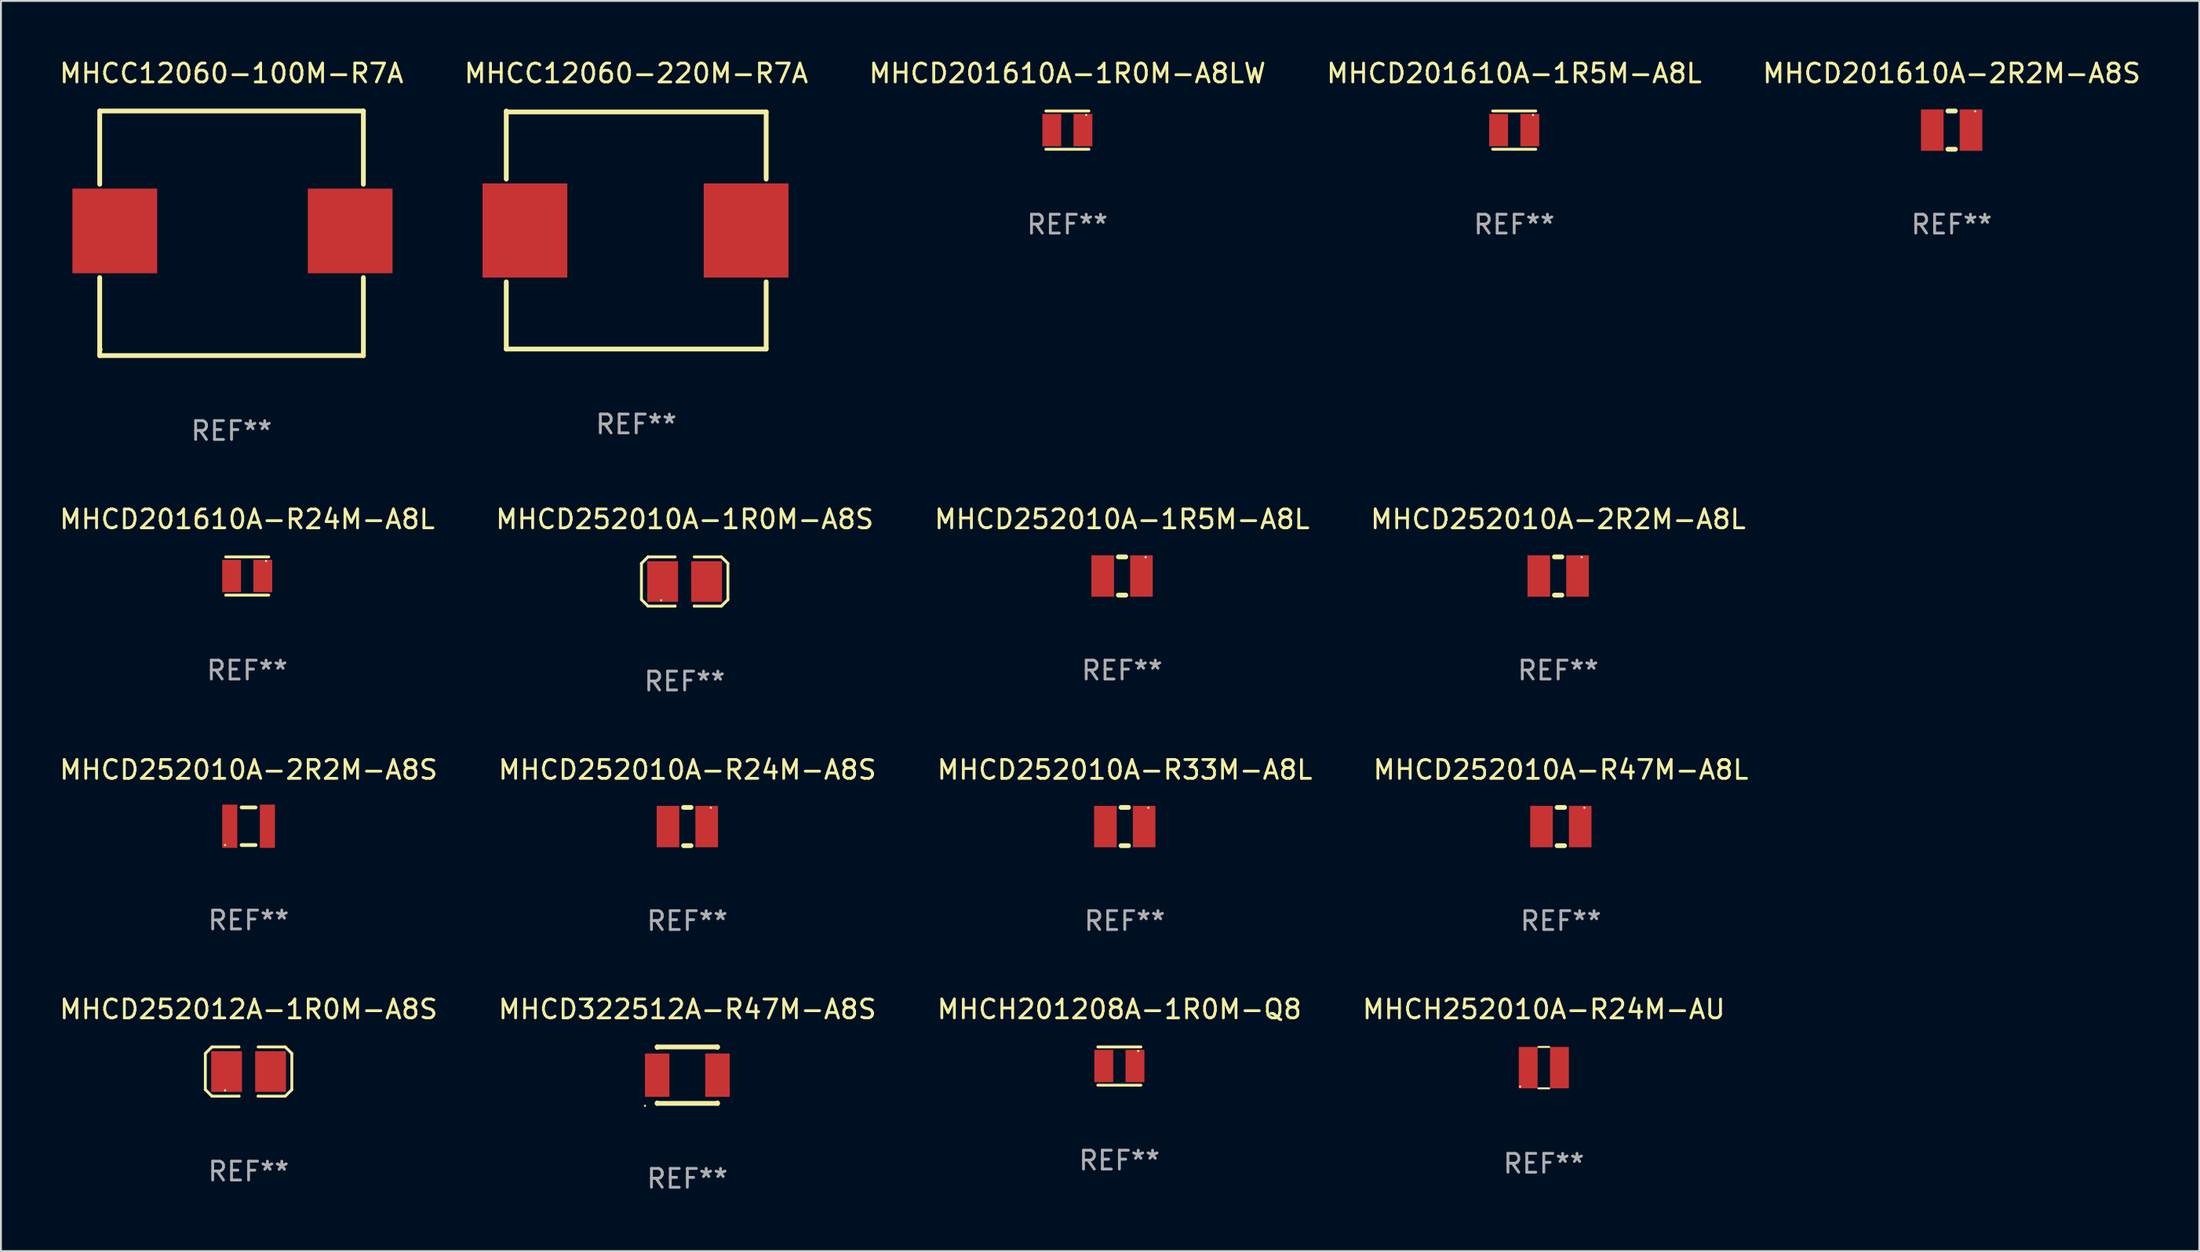
<source format=kicad_pcb>
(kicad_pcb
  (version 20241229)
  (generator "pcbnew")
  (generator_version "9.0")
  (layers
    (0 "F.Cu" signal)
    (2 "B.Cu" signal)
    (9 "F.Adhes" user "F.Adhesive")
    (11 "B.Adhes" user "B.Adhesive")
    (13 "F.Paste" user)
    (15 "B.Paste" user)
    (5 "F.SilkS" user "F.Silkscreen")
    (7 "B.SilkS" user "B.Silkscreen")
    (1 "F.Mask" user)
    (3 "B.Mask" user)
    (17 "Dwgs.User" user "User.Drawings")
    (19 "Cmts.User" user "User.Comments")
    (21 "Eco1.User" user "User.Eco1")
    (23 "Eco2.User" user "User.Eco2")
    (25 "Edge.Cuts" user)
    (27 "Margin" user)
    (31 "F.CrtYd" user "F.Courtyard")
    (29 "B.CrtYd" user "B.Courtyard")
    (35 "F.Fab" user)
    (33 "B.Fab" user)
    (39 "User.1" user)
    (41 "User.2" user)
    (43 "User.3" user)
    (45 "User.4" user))
  (footprint "MHCD201610A-1R0M-A8LW"
    (layer "F.Cu")
    (at 53.625 3.864)
    (property "Reference" "MHCD201610A-1R0M-A8LW" (at 0 -3.016 0) (layer "F.SilkS") (effects (font (size 1 1) (thickness 0.15))))
    (attr through_hole)
    (fp_line (start -1.143 -1.016) (end 1.143 -1.016) (stroke (width 0.152) (type solid)) (layer "F.SilkS"))
    (fp_line (start 1.143 1.016) (end -1.143 1.016) (stroke (width 0.152) (type solid)) (layer "F.SilkS"))
    (fp_circle (center 1 -0.8) (end 1.03 -0.8) (stroke (width 0.06) (type solid)) (fill no) (layer "F.SilkS"))
    (fp_text user "REF**" (at 0 5.016 0) (layer "F.Fab") (effects (font (size 1 1) (thickness 0.15))))
    (pad "1" smd rect (at 0.828 0) (size 1 1.72) (layers "F.Cu" "F.Mask" "F.Paste"))
    (pad "2" smd rect (at -0.828 0) (size 1 1.72) (layers "F.Cu" "F.Mask" "F.Paste")))
  (footprint "MHCC12060-100M-R7A"
    (layer "F.Cu")
    (at 9.244 9.347)
    (property "Reference" "MHCC12060-100M-R7A" (at 0 -8.499 0) (layer "F.SilkS") (effects (font (size 1 1) (thickness 0.15))))
    (attr through_hole)
    (fp_line (start -7 -6.499) (end -7 -2.607) (stroke (width 0.254) (type solid)) (layer "F.SilkS"))
    (fp_line (start -7 -6.499) (end 7.001 -6.499) (stroke (width 0.254) (type solid)) (layer "F.SilkS"))
    (fp_line (start -7 2.355) (end -7 6.499) (stroke (width 0.254) (type solid)) (layer "F.SilkS"))
    (fp_line (start 7 6.499) (end -7.001 6.499) (stroke (width 0.254) (type solid)) (layer "F.SilkS"))
    (fp_line (start 7.001 -6.499) (end 7.001 -2.607) (stroke (width 0.254) (type solid)) (layer "F.SilkS"))
    (fp_line (start 7.001 2.355) (end 7.001 6.499) (stroke (width 0.254) (type solid)) (layer "F.SilkS"))
    (fp_circle (center -6.899 6.174) (end -6.869 6.174) (stroke (width 0.06) (type solid)) (fill no) (layer "F.SilkS"))
    (fp_text user "REF**" (at 0 10.499 0) (layer "F.Fab") (effects (font (size 1 1) (thickness 0.15))))
    (pad "1" smd rect (at -6.199 -0.126) (size 4.5 4.5) (layers "F.Cu" "F.Mask" "F.Paste"))
    (pad "2" smd rect (at 6.3 -0.126) (size 4.5 4.5) (layers "F.Cu" "F.Mask" "F.Paste")))
  (footprint "MHCD201610A-1R5M-A8L"
    (layer "F.Cu")
    (at 77.351 3.864)
    (property "Reference" "MHCD201610A-1R5M-A8L" (at 0 -3.016 0) (layer "F.SilkS") (effects (font (size 1 1) (thickness 0.15))))
    (attr through_hole)
    (fp_line (start -1.143 -1.016) (end 1.143 -1.016) (stroke (width 0.152) (type solid)) (layer "F.SilkS"))
    (fp_line (start 1.143 1.016) (end -1.143 1.016) (stroke (width 0.152) (type solid)) (layer "F.SilkS"))
    (fp_circle (center 1 -0.8) (end 1.03 -0.8) (stroke (width 0.06) (type solid)) (fill no) (layer "F.SilkS"))
    (fp_text user "REF**" (at 0 5.016 0) (layer "F.Fab") (effects (font (size 1 1) (thickness 0.15))))
    (pad "1" smd rect (at 0.828 0) (size 1 1.72) (layers "F.Cu" "F.Mask" "F.Paste"))
    (pad "2" smd rect (at -0.828 0) (size 1 1.72) (layers "F.Cu" "F.Mask" "F.Paste")))
  (footprint "MHCD252010A-R24M-A8S"
    (layer "F.Cu")
    (at 33.446 40.872)
    (property "Reference" "MHCD252010A-R24M-A8S" (at 0 -3.016 0) (layer "F.SilkS") (effects (font (size 1 1) (thickness 0.15))))
    (attr through_hole)
    (fp_line (start -0.197 1.016) (end 0.197 1.016) (stroke (width 0.254) (type solid)) (layer "F.SilkS"))
    (fp_line (start 0.197 -1.016) (end -0.197 -1.016) (stroke (width 0.254) (type solid)) (layer "F.SilkS"))
    (fp_circle (center 1.25 -1) (end 1.28 -1) (stroke (width 0.06) (type solid)) (fill no) (layer "F.SilkS"))
    (fp_text user "REF**" (at 0 5.016 0) (layer "F.Fab") (effects (font (size 1 1) (thickness 0.15))))
    (pad "1" smd rect (at 1.028 0) (size 1.2 2.2) (layers "F.Cu" "F.Mask" "F.Paste"))
    (pad "2" smd rect (at -1.028 0) (size 1.2 2.2) (layers "F.Cu" "F.Mask" "F.Paste")))
  (footprint "MHCD252010A-2R2M-A8S"
    (layer "F.Cu")
    (at 10.149 40.856)
    (property "Reference" "MHCD252010A-2R2M-A8S" (at 0 -3 0) (layer "F.SilkS") (effects (font (size 1 1) (thickness 0.15))))
    (attr through_hole)
    (fp_line (start -0.369 -1) (end 0.369 -1) (stroke (width 0.2) (type solid)) (layer "F.SilkS"))
    (fp_line (start -0.369 1) (end 0.369 1) (stroke (width 0.2) (type solid)) (layer "F.SilkS"))
    (fp_circle (center -1.25 1) (end -1.22 1) (stroke (width 0.06) (type solid)) (fill no) (layer "F.SilkS"))
    (fp_text user "REF**" (at 0 5 0) (layer "F.Fab") (effects (font (size 1 1) (thickness 0.15))))
    (pad "1" smd rect (at -1 0 90) (size 2.3 0.8) (layers "F.Cu" "F.Mask" "F.Paste"))
    (pad "2" smd rect (at 1 0 90) (size 2.3 0.8) (layers "F.Cu" "F.Mask" "F.Paste")))
  (footprint "MHCH201208A-1R0M-Q8"
    (layer "F.Cu")
    (at 56.387 53.6)
    (property "Reference" "MHCH201208A-1R0M-Q8" (at 0 -3.016 0) (layer "F.SilkS") (effects (font (size 1 1) (thickness 0.15))))
    (attr through_hole)
    (fp_line (start -1.143 -1.016) (end 1.143 -1.016) (stroke (width 0.152) (type solid)) (layer "F.SilkS"))
    (fp_line (start 1.143 1.016) (end -1.143 1.016) (stroke (width 0.152) (type solid)) (layer "F.SilkS"))
    (fp_circle (center 1 -0.8) (end 1.03 -0.8) (stroke (width 0.06) (type solid)) (fill no) (layer "F.SilkS"))
    (fp_text user "REF**" (at 0 5.016 0) (layer "F.Fab") (effects (font (size 1 1) (thickness 0.15))))
    (pad "1" smd rect (at 0.828 0) (size 1 1.72) (layers "F.Cu" "F.Mask" "F.Paste"))
    (pad "2" smd rect (at -0.828 0) (size 1 1.72) (layers "F.Cu" "F.Mask" "F.Paste")))
  (footprint "MHCD322512A-R47M-A8S"
    (layer "F.Cu")
    (at 33.446 54.084)
    (property "Reference" "MHCD322512A-R47M-A8S" (at 0 -3.5 0) (layer "F.SilkS") (effects (font (size 1 1) (thickness 0.15))))
    (attr through_hole)
    (fp_line (start -1.6 -1.5) (end 1.6 -1.5) (stroke (width 0.254) (type solid)) (layer "F.SilkS"))
    (fp_line (start -1.6 -1.476) (end -1.6 -1.5) (stroke (width 0.254) (type solid)) (layer "F.SilkS"))
    (fp_line (start -1.6 1.5) (end -1.6 1.476) (stroke (width 0.254) (type solid)) (layer "F.SilkS"))
    (fp_line (start -1.6 1.5) (end 1.6 1.5) (stroke (width 0.254) (type solid)) (layer "F.SilkS"))
    (fp_line (start 1.6 -1.5) (end 1.6 -1.476) (stroke (width 0.254) (type solid)) (layer "F.SilkS"))
    (fp_line (start 1.6 1.476) (end 1.6 1.5) (stroke (width 0.254) (type solid)) (layer "F.SilkS"))
    (fp_circle (center -2.25 1.627) (end -2.22 1.627) (stroke (width 0.06) (type solid)) (fill no) (layer "F.SilkS"))
    (fp_text user "REF**" (at 0 5.5 0) (layer "F.Fab") (effects (font (size 1 1) (thickness 0.15))))
    (pad "1" smd rect (at -1.6 0 90) (size 2.3 1.3) (layers "F.Cu" "F.Mask" "F.Paste"))
    (pad "2" smd rect (at 1.6 0 90) (size 2.3 1.3) (layers "F.Cu" "F.Mask" "F.Paste")))
  (footprint "MHCD201610A-R24M-A8L"
    (layer "F.Cu")
    (at 10.077 27.559)
    (property "Reference" "MHCD201610A-R24M-A8L" (at 0 -3.016 0) (layer "F.SilkS") (effects (font (size 1 1) (thickness 0.15))))
    (attr through_hole)
    (fp_line (start -1.143 -1.016) (end 1.143 -1.016) (stroke (width 0.152) (type solid)) (layer "F.SilkS"))
    (fp_line (start 1.143 1.016) (end -1.143 1.016) (stroke (width 0.152) (type solid)) (layer "F.SilkS"))
    (fp_circle (center 1 -0.8) (end 1.03 -0.8) (stroke (width 0.06) (type solid)) (fill no) (layer "F.SilkS"))
    (fp_text user "REF**" (at 0 5.016 0) (layer "F.Fab") (effects (font (size 1 1) (thickness 0.15))))
    (pad "1" smd rect (at 0.828 0) (size 1 1.72) (layers "F.Cu" "F.Mask" "F.Paste"))
    (pad "2" smd rect (at -0.828 0) (size 1 1.72) (layers "F.Cu" "F.Mask" "F.Paste")))
  (footprint "MHCD252010A-1R0M-A8S"
    (layer "F.Cu")
    (at 33.304 27.851)
    (property "Reference" "MHCD252010A-1R0M-A8S" (at 0 -3.308 0) (layer "F.SilkS") (effects (font (size 1 1) (thickness 0.15))))
    (attr through_hole)
    (fp_line (start -2.296 -0.96) (end -1.948 -1.308) (stroke (width 0.152) (type solid)) (layer "F.SilkS"))
    (fp_line (start -2.296 0.96) (end -2.296 -0.96) (stroke (width 0.152) (type solid)) (layer "F.SilkS"))
    (fp_line (start -1.948 -1.308) (end -0.508 -1.308) (stroke (width 0.152) (type solid)) (layer "F.SilkS"))
    (fp_line (start -1.948 1.308) (end -2.296 0.96) (stroke (width 0.152) (type solid)) (layer "F.SilkS"))
    (fp_line (start -0.508 1.308) (end -1.948 1.308) (stroke (width 0.152) (type solid)) (layer "F.SilkS"))
    (fp_line (start -0.508 1.308) (end -0.508 1.308) (stroke (width 0.152) (type solid)) (layer "F.SilkS"))
    (fp_line (start 0.508 1.308) (end 0.508 1.308) (stroke (width 0.152) (type solid)) (layer "F.SilkS"))
    (fp_line (start 0.508 1.308) (end 1.948 1.308) (stroke (width 0.152) (type solid)) (layer "F.SilkS"))
    (fp_line (start 1.948 -1.308) (end 0.508 -1.308) (stroke (width 0.152) (type solid)) (layer "F.SilkS"))
    (fp_line (start 1.948 1.308) (end 2.296 0.963) (stroke (width 0.152) (type solid)) (layer "F.SilkS"))
    (fp_line (start 2.296 -0.963) (end 1.948 -1.308) (stroke (width 0.152) (type solid)) (layer "F.SilkS"))
    (fp_line (start 2.296 0.963) (end 2.296 -0.963) (stroke (width 0.152) (type solid)) (layer "F.SilkS"))
    (fp_circle (center -1.25 1) (end -1.22 1) (stroke (width 0.06) (type solid)) (fill no) (layer "F.SilkS"))
    (fp_text user "REF**" (at 0 5.308 0) (layer "F.Fab") (effects (font (size 1 1) (thickness 0.15))))
    (pad "1" smd rect (at -1.168 0.000025) (size 1.635 2.16) (layers "F.Cu" "F.Mask" "F.Paste"))
    (pad "2" smd rect (at 1.168 0.000025) (size 1.635 2.16) (layers "F.Cu" "F.Mask" "F.Paste")))
  (footprint "MHCD252012A-1R0M-A8S"
    (layer "F.Cu")
    (at 10.149 53.892)
    (property "Reference" "MHCD252012A-1R0M-A8S" (at 0 -3.308 0) (layer "F.SilkS") (effects (font (size 1 1) (thickness 0.15))))
    (attr through_hole)
    (fp_line (start -2.296 -0.96) (end -1.948 -1.308) (stroke (width 0.152) (type solid)) (layer "F.SilkS"))
    (fp_line (start -2.296 0.96) (end -2.296 -0.96) (stroke (width 0.152) (type solid)) (layer "F.SilkS"))
    (fp_line (start -1.948 -1.308) (end -0.508 -1.308) (stroke (width 0.152) (type solid)) (layer "F.SilkS"))
    (fp_line (start -1.948 1.308) (end -2.296 0.96) (stroke (width 0.152) (type solid)) (layer "F.SilkS"))
    (fp_line (start -0.508 1.308) (end -1.948 1.308) (stroke (width 0.152) (type solid)) (layer "F.SilkS"))
    (fp_line (start -0.508 1.308) (end -0.508 1.308) (stroke (width 0.152) (type solid)) (layer "F.SilkS"))
    (fp_line (start 0.508 1.308) (end 0.508 1.308) (stroke (width 0.152) (type solid)) (layer "F.SilkS"))
    (fp_line (start 0.508 1.308) (end 1.948 1.308) (stroke (width 0.152) (type solid)) (layer "F.SilkS"))
    (fp_line (start 1.948 -1.308) (end 0.508 -1.308) (stroke (width 0.152) (type solid)) (layer "F.SilkS"))
    (fp_line (start 1.948 1.308) (end 2.296 0.963) (stroke (width 0.152) (type solid)) (layer "F.SilkS"))
    (fp_line (start 2.296 -0.963) (end 1.948 -1.308) (stroke (width 0.152) (type solid)) (layer "F.SilkS"))
    (fp_line (start 2.296 0.963) (end 2.296 -0.963) (stroke (width 0.152) (type solid)) (layer "F.SilkS"))
    (fp_circle (center -1.25 1) (end -1.22 1) (stroke (width 0.06) (type solid)) (fill no) (layer "F.SilkS"))
    (fp_text user "REF**" (at 0 5.308 0) (layer "F.Fab") (effects (font (size 1 1) (thickness 0.15))))
    (pad "1" smd rect (at -1.168 0.000025) (size 1.635 2.16) (layers "F.Cu" "F.Mask" "F.Paste"))
    (pad "2" smd rect (at 1.168 0.000025) (size 1.635 2.16) (layers "F.Cu" "F.Mask" "F.Paste")))
  (footprint "MHCD252010A-1R5M-A8L"
    (layer "F.Cu")
    (at 56.53 27.559)
    (property "Reference" "MHCD252010A-1R5M-A8L" (at 0 -3.016 0) (layer "F.SilkS") (effects (font (size 1 1) (thickness 0.15))))
    (attr through_hole)
    (fp_line (start -0.197 1.016) (end 0.197 1.016) (stroke (width 0.254) (type solid)) (layer "F.SilkS"))
    (fp_line (start 0.197 -1.016) (end -0.197 -1.016) (stroke (width 0.254) (type solid)) (layer "F.SilkS"))
    (fp_circle (center 1.25 -1) (end 1.28 -1) (stroke (width 0.06) (type solid)) (fill no) (layer "F.SilkS"))
    (fp_text user "REF**" (at 0 5.016 0) (layer "F.Fab") (effects (font (size 1 1) (thickness 0.15))))
    (pad "1" smd rect (at 1.028 0) (size 1.2 2.2) (layers "F.Cu" "F.Mask" "F.Paste"))
    (pad "2" smd rect (at -1.028 0) (size 1.2 2.2) (layers "F.Cu" "F.Mask" "F.Paste")))
  (footprint "MHCD252010A-R47M-A8L"
    (layer "F.Cu")
    (at 79.827 40.872)
    (property "Reference" "MHCD252010A-R47M-A8L" (at 0 -3.016 0) (layer "F.SilkS") (effects (font (size 1 1) (thickness 0.15))))
    (attr through_hole)
    (fp_line (start -0.197 1.016) (end 0.197 1.016) (stroke (width 0.254) (type solid)) (layer "F.SilkS"))
    (fp_line (start 0.197 -1.016) (end -0.197 -1.016) (stroke (width 0.254) (type solid)) (layer "F.SilkS"))
    (fp_circle (center 1.25 -1) (end 1.28 -1) (stroke (width 0.06) (type solid)) (fill no) (layer "F.SilkS"))
    (fp_text user "REF**" (at 0 5.016 0) (layer "F.Fab") (effects (font (size 1 1) (thickness 0.15))))
    (pad "1" smd rect (at 1.028 0) (size 1.2 2.2) (layers "F.Cu" "F.Mask" "F.Paste"))
    (pad "2" smd rect (at -1.028 0) (size 1.2 2.2) (layers "F.Cu" "F.Mask" "F.Paste")))
  (footprint "MHCD252010A-R33M-A8L"
    (layer "F.Cu")
    (at 56.673 40.872)
    (property "Reference" "MHCD252010A-R33M-A8L" (at 0 -3.016 0) (layer "F.SilkS") (effects (font (size 1 1) (thickness 0.15))))
    (attr through_hole)
    (fp_line (start -0.197 1.016) (end 0.197 1.016) (stroke (width 0.254) (type solid)) (layer "F.SilkS"))
    (fp_line (start 0.197 -1.016) (end -0.197 -1.016) (stroke (width 0.254) (type solid)) (layer "F.SilkS"))
    (fp_circle (center 1.25 -1) (end 1.28 -1) (stroke (width 0.06) (type solid)) (fill no) (layer "F.SilkS"))
    (fp_text user "REF**" (at 0 5.016 0) (layer "F.Fab") (effects (font (size 1 1) (thickness 0.15))))
    (pad "1" smd rect (at 1.028 0) (size 1.2 2.2) (layers "F.Cu" "F.Mask" "F.Paste"))
    (pad "2" smd rect (at -1.028 0) (size 1.2 2.2) (layers "F.Cu" "F.Mask" "F.Paste")))
  (footprint "MHCD252010A-2R2M-A8L"
    (layer "F.Cu")
    (at 79.685 27.559)
    (property "Reference" "MHCD252010A-2R2M-A8L" (at 0 -3.016 0) (layer "F.SilkS") (effects (font (size 1 1) (thickness 0.15))))
    (attr through_hole)
    (fp_line (start -0.197 1.016) (end 0.197 1.016) (stroke (width 0.254) (type solid)) (layer "F.SilkS"))
    (fp_line (start 0.197 -1.016) (end -0.197 -1.016) (stroke (width 0.254) (type solid)) (layer "F.SilkS"))
    (fp_circle (center 1.25 -1) (end 1.28 -1) (stroke (width 0.06) (type solid)) (fill no) (layer "F.SilkS"))
    (fp_text user "REF**" (at 0 5.016 0) (layer "F.Fab") (effects (font (size 1 1) (thickness 0.15))))
    (pad "1" smd rect (at 1.028 0) (size 1.2 2.2) (layers "F.Cu" "F.Mask" "F.Paste"))
    (pad "2" smd rect (at -1.028 0) (size 1.2 2.2) (layers "F.Cu" "F.Mask" "F.Paste")))
  (footprint "MHCH252010A-R24M-AU"
    (layer "F.Cu")
    (at 78.923 53.684)
    (property "Reference" "MHCH252010A-R24M-AU" (at 0 -3.1 0) (layer "F.SilkS") (effects (font (size 1 1) (thickness 0.15))))
    (attr through_hole)
    (fp_line (start -0.287 -1.1) (end 0.287 -1.1) (stroke (width 0.102) (type solid)) (layer "F.SilkS"))
    (fp_line (start 0.287 1.1) (end -0.287 1.1) (stroke (width 0.102) (type solid)) (layer "F.SilkS"))
    (fp_circle (center -1.26 1.01) (end -1.23 1.01) (stroke (width 0.06) (type solid)) (fill no) (layer "F.SilkS"))
    (fp_text user "REF**" (at 0 5.1 0) (layer "F.Fab") (effects (font (size 1 1) (thickness 0.15))))
    (pad "1" smd rect (at -0.83 0) (size 1 2.2) (layers "F.Cu" "F.Mask" "F.Paste"))
    (pad "2" smd rect (at 0.83 0) (size 1 2.2) (layers "F.Cu" "F.Mask" "F.Paste")))
  (footprint "MHCD201610A-2R2M-A8S"
    (layer "F.Cu")
    (at 100.577 3.864)
    (property "Reference" "MHCD201610A-2R2M-A8S" (at 0 -3.016 0) (layer "F.SilkS") (effects (font (size 1 1) (thickness 0.15))))
    (attr through_hole)
    (fp_line (start -0.197 1.016) (end 0.197 1.016) (stroke (width 0.254) (type solid)) (layer "F.SilkS"))
    (fp_line (start 0.197 -1.016) (end -0.197 -1.016) (stroke (width 0.254) (type solid)) (layer "F.SilkS"))
    (fp_circle (center 1.25 -1) (end 1.28 -1) (stroke (width 0.06) (type solid)) (fill no) (layer "F.SilkS"))
    (fp_text user "REF**" (at 0 5.016 0) (layer "F.Fab") (effects (font (size 1 1) (thickness 0.15))))
    (pad "1" smd rect (at 1.028 0) (size 1.2 2.2) (layers "F.Cu" "F.Mask" "F.Paste"))
    (pad "2" smd rect (at -1.028 0) (size 1.2 2.2) (layers "F.Cu" "F.Mask" "F.Paste")))
  (footprint "MHCC12060-220M-R7A"
    (layer "F.Cu")
    (at 30.732 9.173)
    (property "Reference" "MHCC12060-220M-R7A" (at 0 -8.325 0) (layer "F.SilkS") (effects (font (size 1 1) (thickness 0.15))))
    (attr through_hole)
    (fp_line (start -6.9 -6.275) (end 6.9 -6.275) (stroke (width 0.254) (type solid)) (layer "F.SilkS"))
    (fp_line (start -6.9 -2.706) (end -6.9 -6.325) (stroke (width 0.254) (type solid)) (layer "F.SilkS"))
    (fp_line (start -6.9 6.325) (end -6.9 2.756) (stroke (width 0.254) (type solid)) (layer "F.SilkS"))
    (fp_line (start 6.9 -2.706) (end 6.9 -6.275) (stroke (width 0.254) (type solid)) (layer "F.SilkS"))
    (fp_line (start 6.9 6.325) (end -6.9 6.325) (stroke (width 0.254) (type solid)) (layer "F.SilkS"))
    (fp_line (start 6.9 6.325) (end 6.9 2.756) (stroke (width 0.254) (type solid)) (layer "F.SilkS"))
    (fp_circle (center -6.938 6.325) (end -6.908 6.325) (stroke (width 0.06) (type solid)) (fill no) (layer "F.SilkS"))
    (fp_text user "REF**" (at 0 10.325 0) (layer "F.Fab") (effects (font (size 1 1) (thickness 0.15))))
    (pad "1" smd rect (at -5.91 0.025) (size 4.5 5) (layers "F.Cu" "F.Mask" "F.Paste"))
    (pad "2" smd rect (at 5.834 0.025) (size 4.5 5) (layers "F.Cu" "F.Mask" "F.Paste")))
  (gr_rect
    (start -3 -3)
    (end 113.726 63.433)
    (stroke (width 0.1) (type default))
    (fill no)
    (layer "Edge.Cuts")))
</source>
